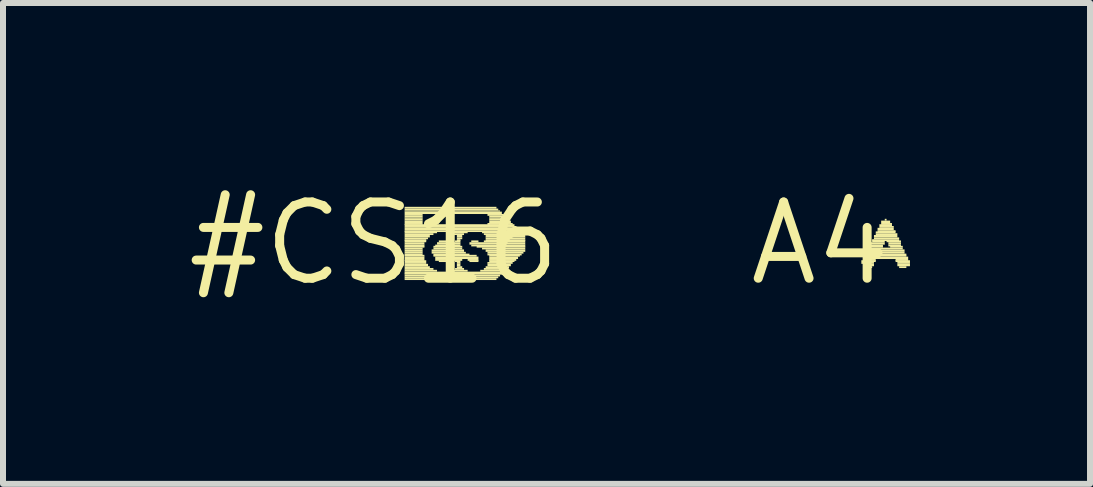
<source format=kicad_pcb>
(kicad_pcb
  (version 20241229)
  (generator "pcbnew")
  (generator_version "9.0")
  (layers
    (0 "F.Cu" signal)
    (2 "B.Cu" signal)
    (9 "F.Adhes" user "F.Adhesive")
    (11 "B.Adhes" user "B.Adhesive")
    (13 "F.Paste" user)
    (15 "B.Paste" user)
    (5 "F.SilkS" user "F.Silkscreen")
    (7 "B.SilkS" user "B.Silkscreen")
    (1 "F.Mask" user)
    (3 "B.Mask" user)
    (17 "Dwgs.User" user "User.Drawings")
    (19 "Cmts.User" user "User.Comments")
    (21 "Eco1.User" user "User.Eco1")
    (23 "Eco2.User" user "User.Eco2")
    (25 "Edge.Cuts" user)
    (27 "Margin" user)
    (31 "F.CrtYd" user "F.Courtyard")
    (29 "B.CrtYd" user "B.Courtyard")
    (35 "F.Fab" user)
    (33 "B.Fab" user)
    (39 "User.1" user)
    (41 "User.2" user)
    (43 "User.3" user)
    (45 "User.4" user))
  (footprint "A4"
    (layer "F.Cu")
    (at 10.612 1.006)
    (property "Reference" "A4" (at 0 0 0) (layer "F.SilkS") (effects (font (size 1.27 1.27) (thickness 0.15))))
    (fp_poly (pts (xy 0.69 0.31) (xy 0.93 0.31) (xy 0.93 0.28) (xy 0.69 0.28)) (stroke (width 0) (type default)) (fill yes) (layer "F.SilkS"))
    (fp_poly (pts (xy 0.69 0.34) (xy 0.9 0.34) (xy 0.9 0.31) (xy 0.69 0.31)) (stroke (width 0) (type default)) (fill yes) (layer "F.SilkS"))
    (fp_poly (pts (xy 0.72 0.26) (xy 1.47 0.26) (xy 1.47 0.22) (xy 0.72 0.22)) (stroke (width 0) (type default)) (fill yes) (layer "F.SilkS"))
    (fp_poly (pts (xy 0.72 0.29) (xy 0.93 0.29) (xy 0.93 0.26) (xy 0.72 0.26)) (stroke (width 0) (type default)) (fill yes) (layer "F.SilkS"))
    (fp_poly (pts (xy 0.72 0.38) (xy 0.9 0.38) (xy 0.9 0.34) (xy 0.72 0.34)) (stroke (width 0) (type default)) (fill yes) (layer "F.SilkS"))
    (fp_poly (pts (xy 0.75 0.2) (xy 1.44 0.2) (xy 1.44 0.17) (xy 0.75 0.17)) (stroke (width 0) (type default)) (fill yes) (layer "F.SilkS"))
    (fp_poly (pts (xy 0.75 0.22) (xy 1.44 0.22) (xy 1.44 0.19) (xy 0.75 0.19)) (stroke (width 0) (type default)) (fill yes) (layer "F.SilkS"))
    (fp_poly (pts (xy 0.75 0.41) (xy 0.87 0.41) (xy 0.87 0.38) (xy 0.75 0.38)) (stroke (width 0) (type default)) (fill yes) (layer "F.SilkS"))
    (fp_poly (pts (xy 0.78 0.14) (xy 1.41 0.14) (xy 1.41 0.1) (xy 0.78 0.1)) (stroke (width 0) (type default)) (fill yes) (layer "F.SilkS"))
    (fp_poly (pts (xy 0.78 0.17) (xy 1.41 0.17) (xy 1.41 0.14) (xy 0.78 0.14)) (stroke (width 0) (type default)) (fill yes) (layer "F.SilkS"))
    (fp_poly (pts (xy 0.81 0.07) (xy 1.05 0.07) (xy 1.05 0.04) (xy 0.81 0.04)) (stroke (width 0) (type default)) (fill yes) (layer "F.SilkS"))
    (fp_poly (pts (xy 0.81 0.1) (xy 1.38 0.1) (xy 1.38 0.07) (xy 0.81 0.07)) (stroke (width 0) (type default)) (fill yes) (layer "F.SilkS"))
    (fp_poly (pts (xy 0.84 0.02) (xy 1.08 0.02) (xy 1.08 -0.02) (xy 0.84 -0.02)) (stroke (width 0) (type default)) (fill yes) (layer "F.SilkS"))
    (fp_poly (pts (xy 0.84 0.05) (xy 1.05 0.05) (xy 1.05 0.02) (xy 0.84 0.02)) (stroke (width 0) (type default)) (fill yes) (layer "F.SilkS"))
    (fp_poly (pts (xy 0.87 -0.04) (xy 1.32 -0.04) (xy 1.32 -0.07) (xy 0.87 -0.07)) (stroke (width 0) (type default)) (fill yes) (layer "F.SilkS"))
    (fp_poly (pts (xy 0.87 -0.02) (xy 1.08 -0.02) (xy 1.08 -0.05) (xy 0.87 -0.05)) (stroke (width 0) (type default)) (fill yes) (layer "F.SilkS"))
    (fp_poly (pts (xy 0.9 -0.1) (xy 1.29 -0.1) (xy 1.29 -0.14) (xy 0.9 -0.14)) (stroke (width 0) (type default)) (fill yes) (layer "F.SilkS"))
    (fp_poly (pts (xy 0.9 -0.07) (xy 1.32 -0.07) (xy 1.32 -0.1) (xy 0.9 -0.1)) (stroke (width 0) (type default)) (fill yes) (layer "F.SilkS"))
    (fp_poly (pts (xy 0.93 -0.17) (xy 1.26 -0.17) (xy 1.26 -0.2) (xy 0.93 -0.2)) (stroke (width 0) (type default)) (fill yes) (layer "F.SilkS"))
    (fp_poly (pts (xy 0.93 -0.14) (xy 1.29 -0.14) (xy 1.29 -0.17) (xy 0.93 -0.17)) (stroke (width 0) (type default)) (fill yes) (layer "F.SilkS"))
    (fp_poly (pts (xy 0.96 -0.22) (xy 1.23 -0.22) (xy 1.23 -0.26) (xy 0.96 -0.26)) (stroke (width 0) (type default)) (fill yes) (layer "F.SilkS"))
    (fp_poly (pts (xy 0.96 -0.19) (xy 1.26 -0.19) (xy 1.26 -0.22) (xy 0.96 -0.22)) (stroke (width 0) (type default)) (fill yes) (layer "F.SilkS"))
    (fp_poly (pts (xy 0.99 -0.29) (xy 1.2 -0.29) (xy 1.2 -0.32) (xy 0.99 -0.32)) (stroke (width 0) (type default)) (fill yes) (layer "F.SilkS"))
    (fp_poly (pts (xy 0.99 -0.26) (xy 1.23 -0.26) (xy 1.23 -0.29) (xy 0.99 -0.29)) (stroke (width 0) (type default)) (fill yes) (layer "F.SilkS"))
    (fp_poly (pts (xy 1.02 -0.34) (xy 1.17 -0.34) (xy 1.17 -0.38) (xy 1.02 -0.38)) (stroke (width 0) (type default)) (fill yes) (layer "F.SilkS"))
    (fp_poly (pts (xy 1.02 -0.31) (xy 1.2 -0.31) (xy 1.2 -0.34) (xy 1.02 -0.34)) (stroke (width 0) (type default)) (fill yes) (layer "F.SilkS"))
    (fp_poly (pts (xy 1.08 -0.38) (xy 1.11 -0.38) (xy 1.11 -0.41) (xy 1.08 -0.41)) (stroke (width 0) (type default)) (fill yes) (layer "F.SilkS"))
    (fp_poly (pts (xy 1.11 -0.02) (xy 1.35 -0.02) (xy 1.35 -0.05) (xy 1.11 -0.05)) (stroke (width 0) (type default)) (fill yes) (layer "F.SilkS"))
    (fp_poly (pts (xy 1.14 0.02) (xy 1.35 0.02) (xy 1.35 -0.02) (xy 1.14 -0.02)) (stroke (width 0) (type default)) (fill yes) (layer "F.SilkS"))
    (fp_poly (pts (xy 1.14 0.05) (xy 1.35 0.05) (xy 1.35 0.02) (xy 1.14 0.02)) (stroke (width 0) (type default)) (fill yes) (layer "F.SilkS"))
    (fp_poly (pts (xy 1.17 0.07) (xy 1.38 0.07) (xy 1.38 0.04) (xy 1.17 0.04)) (stroke (width 0) (type default)) (fill yes) (layer "F.SilkS"))
    (fp_poly (pts (xy 1.26 0.29) (xy 1.47 0.29) (xy 1.47 0.26) (xy 1.26 0.26)) (stroke (width 0) (type default)) (fill yes) (layer "F.SilkS"))
    (fp_poly (pts (xy 1.26 0.31) (xy 1.5 0.31) (xy 1.5 0.28) (xy 1.26 0.28)) (stroke (width 0) (type default)) (fill yes) (layer "F.SilkS"))
    (fp_poly (pts (xy 1.29 0.34) (xy 1.5 0.34) (xy 1.5 0.31) (xy 1.29 0.31)) (stroke (width 0) (type default)) (fill yes) (layer "F.SilkS"))
    (fp_poly (pts (xy 1.29 0.38) (xy 1.5 0.38) (xy 1.5 0.34) (xy 1.29 0.34)) (stroke (width 0) (type default)) (fill yes) (layer "F.SilkS"))
    (fp_poly (pts (xy 1.32 0.41) (xy 1.44 0.41) (xy 1.44 0.38) (xy 1.32 0.38)) (stroke (width 0) (type default)) (fill yes) (layer "F.SilkS")))
  (footprint "#CS16"
    (layer "F.Cu")
    (at 3.182 1.006)
    (property "Reference" "#CS16" (at 0 0 0) (layer "F.SilkS") (effects (font (size 1.27 1.27) (thickness 0.15))))
    (fp_poly (pts (xy 0.51 -0.58) (xy 2.04 -0.58) (xy 2.04 -0.61) (xy 0.51 -0.61)) (stroke (width 0) (type default)) (fill yes) (layer "F.SilkS"))
    (fp_poly (pts (xy 0.51 -0.55) (xy 2.07 -0.55) (xy 2.07 -0.58) (xy 0.51 -0.58)) (stroke (width 0) (type default)) (fill yes) (layer "F.SilkS"))
    (fp_poly (pts (xy 0.51 -0.53) (xy 2.1 -0.53) (xy 2.1 -0.55) (xy 0.51 -0.55)) (stroke (width 0) (type default)) (fill yes) (layer "F.SilkS"))
    (fp_poly (pts (xy 0.51 -0.49) (xy 2.13 -0.49) (xy 2.13 -0.53) (xy 0.51 -0.53)) (stroke (width 0) (type default)) (fill yes) (layer "F.SilkS"))
    (fp_poly (pts (xy 0.51 -0.46) (xy 0.81 -0.46) (xy 0.81 -0.49) (xy 0.51 -0.49)) (stroke (width 0) (type default)) (fill yes) (layer "F.SilkS"))
    (fp_poly (pts (xy 0.51 -0.43) (xy 0.81 -0.43) (xy 0.81 -0.46) (xy 0.51 -0.46)) (stroke (width 0) (type default)) (fill yes) (layer "F.SilkS"))
    (fp_poly (pts (xy 0.51 -0.41) (xy 0.81 -0.41) (xy 0.81 -0.43) (xy 0.51 -0.43)) (stroke (width 0) (type default)) (fill yes) (layer "F.SilkS"))
    (fp_poly (pts (xy 0.51 -0.38) (xy 0.81 -0.38) (xy 0.81 -0.41) (xy 0.51 -0.41)) (stroke (width 0) (type default)) (fill yes) (layer "F.SilkS"))
    (fp_poly (pts (xy 0.51 -0.34) (xy 0.81 -0.34) (xy 0.81 -0.38) (xy 0.51 -0.38)) (stroke (width 0) (type default)) (fill yes) (layer "F.SilkS"))
    (fp_poly (pts (xy 0.51 -0.31) (xy 0.81 -0.31) (xy 0.81 -0.34) (xy 0.51 -0.34)) (stroke (width 0) (type default)) (fill yes) (layer "F.SilkS"))
    (fp_poly (pts (xy 0.51 -0.29) (xy 2.34 -0.29) (xy 2.34 -0.32) (xy 0.51 -0.32)) (stroke (width 0) (type default)) (fill yes) (layer "F.SilkS"))
    (fp_poly (pts (xy 0.51 -0.26) (xy 2.37 -0.26) (xy 2.37 -0.29) (xy 0.51 -0.29)) (stroke (width 0) (type default)) (fill yes) (layer "F.SilkS"))
    (fp_poly (pts (xy 0.51 -0.22) (xy 2.4 -0.22) (xy 2.4 -0.26) (xy 0.51 -0.26)) (stroke (width 0) (type default)) (fill yes) (layer "F.SilkS"))
    (fp_poly (pts (xy 0.51 -0.19) (xy 2.43 -0.19) (xy 2.43 -0.22) (xy 0.51 -0.22)) (stroke (width 0) (type default)) (fill yes) (layer "F.SilkS"))
    (fp_poly (pts (xy 0.51 -0.17) (xy 1.05 -0.17) (xy 1.05 -0.2) (xy 0.51 -0.2)) (stroke (width 0) (type default)) (fill yes) (layer "F.SilkS"))
    (fp_poly (pts (xy 0.51 -0.14) (xy 0.99 -0.14) (xy 0.99 -0.17) (xy 0.51 -0.17)) (stroke (width 0) (type default)) (fill yes) (layer "F.SilkS"))
    (fp_poly (pts (xy 0.51 -0.1) (xy 0.93 -0.1) (xy 0.93 -0.14) (xy 0.51 -0.14)) (stroke (width 0) (type default)) (fill yes) (layer "F.SilkS"))
    (fp_poly (pts (xy 0.51 -0.07) (xy 0.9 -0.07) (xy 0.9 -0.1) (xy 0.51 -0.1)) (stroke (width 0) (type default)) (fill yes) (layer "F.SilkS"))
    (fp_poly (pts (xy 0.51 -0.04) (xy 0.87 -0.04) (xy 0.87 -0.07) (xy 0.51 -0.07)) (stroke (width 0) (type default)) (fill yes) (layer "F.SilkS"))
    (fp_poly (pts (xy 0.51 -0.02) (xy 0.87 -0.02) (xy 0.87 -0.05) (xy 0.51 -0.05)) (stroke (width 0) (type default)) (fill yes) (layer "F.SilkS"))
    (fp_poly (pts (xy 0.51 0.02) (xy 0.84 0.02) (xy 0.84 -0.02) (xy 0.51 -0.02)) (stroke (width 0) (type default)) (fill yes) (layer "F.SilkS"))
    (fp_poly (pts (xy 0.51 0.05) (xy 0.84 0.05) (xy 0.84 0.02) (xy 0.51 0.02)) (stroke (width 0) (type default)) (fill yes) (layer "F.SilkS"))
    (fp_poly (pts (xy 0.51 0.07) (xy 0.84 0.07) (xy 0.84 0.04) (xy 0.51 0.04)) (stroke (width 0) (type default)) (fill yes) (layer "F.SilkS"))
    (fp_poly (pts (xy 0.51 0.1) (xy 0.81 0.1) (xy 0.81 0.07) (xy 0.51 0.07)) (stroke (width 0) (type default)) (fill yes) (layer "F.SilkS"))
    (fp_poly (pts (xy 0.51 0.14) (xy 0.81 0.14) (xy 0.81 0.1) (xy 0.51 0.1)) (stroke (width 0) (type default)) (fill yes) (layer "F.SilkS"))
    (fp_poly (pts (xy 0.51 0.17) (xy 0.81 0.17) (xy 0.81 0.14) (xy 0.51 0.14)) (stroke (width 0) (type default)) (fill yes) (layer "F.SilkS"))
    (fp_poly (pts (xy 0.51 0.2) (xy 0.81 0.2) (xy 0.81 0.17) (xy 0.51 0.17)) (stroke (width 0) (type default)) (fill yes) (layer "F.SilkS"))
    (fp_poly (pts (xy 0.51 0.22) (xy 0.84 0.22) (xy 0.84 0.19) (xy 0.51 0.19)) (stroke (width 0) (type default)) (fill yes) (layer "F.SilkS"))
    (fp_poly (pts (xy 0.51 0.26) (xy 0.84 0.26) (xy 0.84 0.22) (xy 0.51 0.22)) (stroke (width 0) (type default)) (fill yes) (layer "F.SilkS"))
    (fp_poly (pts (xy 0.51 0.29) (xy 0.84 0.29) (xy 0.84 0.26) (xy 0.51 0.26)) (stroke (width 0) (type default)) (fill yes) (layer "F.SilkS"))
    (fp_poly (pts (xy 0.51 0.31) (xy 0.87 0.31) (xy 0.87 0.28) (xy 0.51 0.28)) (stroke (width 0) (type default)) (fill yes) (layer "F.SilkS"))
    (fp_poly (pts (xy 0.51 0.34) (xy 0.87 0.34) (xy 0.87 0.31) (xy 0.51 0.31)) (stroke (width 0) (type default)) (fill yes) (layer "F.SilkS"))
    (fp_poly (pts (xy 0.51 0.38) (xy 0.9 0.38) (xy 0.9 0.34) (xy 0.51 0.34)) (stroke (width 0) (type default)) (fill yes) (layer "F.SilkS"))
    (fp_poly (pts (xy 0.51 0.41) (xy 0.93 0.41) (xy 0.93 0.38) (xy 0.51 0.38)) (stroke (width 0) (type default)) (fill yes) (layer "F.SilkS"))
    (fp_poly (pts (xy 0.51 0.44) (xy 0.99 0.44) (xy 0.99 0.41) (xy 0.51 0.41)) (stroke (width 0) (type default)) (fill yes) (layer "F.SilkS"))
    (fp_poly (pts (xy 0.51 0.47) (xy 1.05 0.47) (xy 1.05 0.44) (xy 0.51 0.44)) (stroke (width 0) (type default)) (fill yes) (layer "F.SilkS"))
    (fp_poly (pts (xy 0.51 0.5) (xy 2.16 0.5) (xy 2.16 0.47) (xy 0.51 0.47)) (stroke (width 0) (type default)) (fill yes) (layer "F.SilkS"))
    (fp_poly (pts (xy 0.51 0.52) (xy 2.13 0.52) (xy 2.13 0.49) (xy 0.51 0.49)) (stroke (width 0) (type default)) (fill yes) (layer "F.SilkS"))
    (fp_poly (pts (xy 0.51 0.55) (xy 2.1 0.55) (xy 2.1 0.52) (xy 0.51 0.52)) (stroke (width 0) (type default)) (fill yes) (layer "F.SilkS"))
    (fp_poly (pts (xy 0.51 0.58) (xy 2.07 0.58) (xy 2.07 0.55) (xy 0.51 0.55)) (stroke (width 0) (type default)) (fill yes) (layer "F.SilkS"))
    (fp_poly (pts (xy 0.51 0.61) (xy 2.04 0.61) (xy 2.04 0.58) (xy 0.51 0.58)) (stroke (width 0) (type default)) (fill yes) (layer "F.SilkS"))
    (fp_poly (pts (xy 0.96 0.14) (xy 1.5 0.14) (xy 1.5 0.1) (xy 0.96 0.1)) (stroke (width 0) (type default)) (fill yes) (layer "F.SilkS"))
    (fp_poly (pts (xy 0.96 0.17) (xy 1.53 0.17) (xy 1.53 0.14) (xy 0.96 0.14)) (stroke (width 0) (type default)) (fill yes) (layer "F.SilkS"))
    (fp_poly (pts (xy 0.99 0.07) (xy 1.47 0.07) (xy 1.47 0.04) (xy 0.99 0.04)) (stroke (width 0) (type default)) (fill yes) (layer "F.SilkS"))
    (fp_poly (pts (xy 0.99 0.1) (xy 1.47 0.1) (xy 1.47 0.07) (xy 0.99 0.07)) (stroke (width 0) (type default)) (fill yes) (layer "F.SilkS"))
    (fp_poly (pts (xy 0.99 0.2) (xy 1.59 0.2) (xy 1.59 0.17) (xy 0.99 0.17)) (stroke (width 0) (type default)) (fill yes) (layer "F.SilkS"))
    (fp_poly (pts (xy 0.99 0.22) (xy 1.71 0.22) (xy 1.71 0.19) (xy 0.99 0.19)) (stroke (width 0) (type default)) (fill yes) (layer "F.SilkS"))
    (fp_poly (pts (xy 1.02 0.05) (xy 1.44 0.05) (xy 1.44 0.02) (xy 1.02 0.02)) (stroke (width 0) (type default)) (fill yes) (layer "F.SilkS"))
    (fp_poly (pts (xy 1.02 0.26) (xy 1.74 0.26) (xy 1.74 0.22) (xy 1.02 0.22)) (stroke (width 0) (type default)) (fill yes) (layer "F.SilkS"))
    (fp_poly (pts (xy 1.02 0.29) (xy 1.29 0.29) (xy 1.29 0.26) (xy 1.02 0.26)) (stroke (width 0) (type default)) (fill yes) (layer "F.SilkS"))
    (fp_poly (pts (xy 1.05 0.02) (xy 1.29 0.02) (xy 1.29 -0.02) (xy 1.05 -0.02)) (stroke (width 0) (type default)) (fill yes) (layer "F.SilkS"))
    (fp_poly (pts (xy 1.08 -0.02) (xy 1.23 -0.02) (xy 1.23 -0.05) (xy 1.08 -0.05)) (stroke (width 0) (type default)) (fill yes) (layer "F.SilkS"))
    (fp_poly (pts (xy 1.08 0.31) (xy 1.23 0.31) (xy 1.23 0.28) (xy 1.08 0.28)) (stroke (width 0) (type default)) (fill yes) (layer "F.SilkS"))
    (fp_poly (pts (xy 1.26 -0.17) (xy 1.56 -0.17) (xy 1.56 -0.2) (xy 1.26 -0.2)) (stroke (width 0) (type default)) (fill yes) (layer "F.SilkS"))
    (fp_poly (pts (xy 1.26 0.47) (xy 1.56 0.47) (xy 1.56 0.44) (xy 1.26 0.44)) (stroke (width 0) (type default)) (fill yes) (layer "F.SilkS"))
    (fp_poly (pts (xy 1.32 -0.14) (xy 1.5 -0.14) (xy 1.5 -0.17) (xy 1.32 -0.17)) (stroke (width 0) (type default)) (fill yes) (layer "F.SilkS"))
    (fp_poly (pts (xy 1.32 0.02) (xy 1.44 0.02) (xy 1.44 -0.02) (xy 1.32 -0.02)) (stroke (width 0) (type default)) (fill yes) (layer "F.SilkS"))
    (fp_poly (pts (xy 1.32 0.29) (xy 1.47 0.29) (xy 1.47 0.26) (xy 1.32 0.26)) (stroke (width 0) (type default)) (fill yes) (layer "F.SilkS"))
    (fp_poly (pts (xy 1.35 -0.02) (xy 1.44 -0.02) (xy 1.44 -0.05) (xy 1.35 -0.05)) (stroke (width 0) (type default)) (fill yes) (layer "F.SilkS"))
    (fp_poly (pts (xy 1.35 0.31) (xy 1.44 0.31) (xy 1.44 0.28) (xy 1.35 0.28)) (stroke (width 0) (type default)) (fill yes) (layer "F.SilkS"))
    (fp_poly (pts (xy 1.35 0.44) (xy 1.5 0.44) (xy 1.5 0.41) (xy 1.35 0.41)) (stroke (width 0) (type default)) (fill yes) (layer "F.SilkS"))
    (fp_poly (pts (xy 1.38 -0.1) (xy 1.47 -0.1) (xy 1.47 -0.14) (xy 1.38 -0.14)) (stroke (width 0) (type default)) (fill yes) (layer "F.SilkS"))
    (fp_poly (pts (xy 1.38 -0.07) (xy 1.47 -0.07) (xy 1.47 -0.1) (xy 1.38 -0.1)) (stroke (width 0) (type default)) (fill yes) (layer "F.SilkS"))
    (fp_poly (pts (xy 1.38 -0.04) (xy 1.44 -0.04) (xy 1.44 -0.07) (xy 1.38 -0.07)) (stroke (width 0) (type default)) (fill yes) (layer "F.SilkS"))
    (fp_poly (pts (xy 1.38 0.34) (xy 1.44 0.34) (xy 1.44 0.31) (xy 1.38 0.31)) (stroke (width 0) (type default)) (fill yes) (layer "F.SilkS"))
    (fp_poly (pts (xy 1.38 0.38) (xy 1.44 0.38) (xy 1.44 0.34) (xy 1.38 0.34)) (stroke (width 0) (type default)) (fill yes) (layer "F.SilkS"))
    (fp_poly (pts (xy 1.38 0.41) (xy 1.47 0.41) (xy 1.47 0.38) (xy 1.38 0.38)) (stroke (width 0) (type default)) (fill yes) (layer "F.SilkS"))
    (fp_poly (pts (xy 1.56 0.29) (xy 1.74 0.29) (xy 1.74 0.26) (xy 1.56 0.26)) (stroke (width 0) (type default)) (fill yes) (layer "F.SilkS"))
    (fp_poly (pts (xy 1.59 0.02) (xy 2.52 0.02) (xy 2.52 -0.02) (xy 1.59 -0.02)) (stroke (width 0) (type default)) (fill yes) (layer "F.SilkS"))
    (fp_poly (pts (xy 1.59 0.31) (xy 1.74 0.31) (xy 1.74 0.28) (xy 1.59 0.28)) (stroke (width 0) (type default)) (fill yes) (layer "F.SilkS"))
    (fp_poly (pts (xy 1.62 -0.02) (xy 1.74 -0.02) (xy 1.74 -0.05) (xy 1.62 -0.05)) (stroke (width 0) (type default)) (fill yes) (layer "F.SilkS"))
    (fp_poly (pts (xy 1.62 0.05) (xy 2.52 0.05) (xy 2.52 0.02) (xy 1.62 0.02)) (stroke (width 0) (type default)) (fill yes) (layer "F.SilkS"))
    (fp_poly (pts (xy 1.71 0.07) (xy 2.52 0.07) (xy 2.52 0.04) (xy 1.71 0.04)) (stroke (width 0) (type default)) (fill yes) (layer "F.SilkS"))
    (fp_poly (pts (xy 1.77 0.47) (xy 2.19 0.47) (xy 2.19 0.44) (xy 1.77 0.44)) (stroke (width 0) (type default)) (fill yes) (layer "F.SilkS"))
    (fp_poly (pts (xy 1.8 -0.17) (xy 2.46 -0.17) (xy 2.46 -0.2) (xy 1.8 -0.2)) (stroke (width 0) (type default)) (fill yes) (layer "F.SilkS"))
    (fp_poly (pts (xy 1.8 0.1) (xy 2.52 0.1) (xy 2.52 0.07) (xy 1.8 0.07)) (stroke (width 0) (type default)) (fill yes) (layer "F.SilkS"))
    (fp_poly (pts (xy 1.83 -0.14) (xy 2.49 -0.14) (xy 2.49 -0.17) (xy 1.83 -0.17)) (stroke (width 0) (type default)) (fill yes) (layer "F.SilkS"))
    (fp_poly (pts (xy 1.83 -0.02) (xy 2.52 -0.02) (xy 2.52 -0.05) (xy 1.83 -0.05)) (stroke (width 0) (type default)) (fill yes) (layer "F.SilkS"))
    (fp_poly (pts (xy 1.83 0.44) (xy 2.22 0.44) (xy 2.22 0.41) (xy 1.83 0.41)) (stroke (width 0) (type default)) (fill yes) (layer "F.SilkS"))
    (fp_poly (pts (xy 1.86 -0.1) (xy 2.52 -0.1) (xy 2.52 -0.14) (xy 1.86 -0.14)) (stroke (width 0) (type default)) (fill yes) (layer "F.SilkS"))
    (fp_poly (pts (xy 1.86 -0.07) (xy 2.52 -0.07) (xy 2.52 -0.1) (xy 1.86 -0.1)) (stroke (width 0) (type default)) (fill yes) (layer "F.SilkS"))
    (fp_poly (pts (xy 1.86 -0.04) (xy 2.52 -0.04) (xy 2.52 -0.07) (xy 1.86 -0.07)) (stroke (width 0) (type default)) (fill yes) (layer "F.SilkS"))
    (fp_poly (pts (xy 1.86 0.14) (xy 2.52 0.14) (xy 2.52 0.1) (xy 1.86 0.1)) (stroke (width 0) (type default)) (fill yes) (layer "F.SilkS"))
    (fp_poly (pts (xy 1.86 0.41) (xy 2.25 0.41) (xy 2.25 0.38) (xy 1.86 0.38)) (stroke (width 0) (type default)) (fill yes) (layer "F.SilkS"))
    (fp_poly (pts (xy 1.89 -0.46) (xy 2.16 -0.46) (xy 2.16 -0.49) (xy 1.89 -0.49)) (stroke (width 0) (type default)) (fill yes) (layer "F.SilkS"))
    (fp_poly (pts (xy 1.89 -0.31) (xy 2.31 -0.31) (xy 2.31 -0.34) (xy 1.89 -0.34)) (stroke (width 0) (type default)) (fill yes) (layer "F.SilkS"))
    (fp_poly (pts (xy 1.89 0.17) (xy 2.49 0.17) (xy 2.49 0.14) (xy 1.89 0.14)) (stroke (width 0) (type default)) (fill yes) (layer "F.SilkS"))
    (fp_poly (pts (xy 1.89 0.2) (xy 2.46 0.2) (xy 2.46 0.17) (xy 1.89 0.17)) (stroke (width 0) (type default)) (fill yes) (layer "F.SilkS"))
    (fp_poly (pts (xy 1.89 0.34) (xy 2.31 0.34) (xy 2.31 0.31) (xy 1.89 0.31)) (stroke (width 0) (type default)) (fill yes) (layer "F.SilkS"))
    (fp_poly (pts (xy 1.89 0.38) (xy 2.28 0.38) (xy 2.28 0.34) (xy 1.89 0.34)) (stroke (width 0) (type default)) (fill yes) (layer "F.SilkS"))
    (fp_poly (pts (xy 1.92 -0.43) (xy 2.19 -0.43) (xy 2.19 -0.46) (xy 1.92 -0.46)) (stroke (width 0) (type default)) (fill yes) (layer "F.SilkS"))
    (fp_poly (pts (xy 1.92 -0.41) (xy 2.22 -0.41) (xy 2.22 -0.43) (xy 1.92 -0.43)) (stroke (width 0) (type default)) (fill yes) (layer "F.SilkS"))
    (fp_poly (pts (xy 1.92 -0.38) (xy 2.25 -0.38) (xy 2.25 -0.41) (xy 1.92 -0.41)) (stroke (width 0) (type default)) (fill yes) (layer "F.SilkS"))
    (fp_poly (pts (xy 1.92 -0.34) (xy 2.28 -0.34) (xy 2.28 -0.38) (xy 1.92 -0.38)) (stroke (width 0) (type default)) (fill yes) (layer "F.SilkS"))
    (fp_poly (pts (xy 1.92 0.22) (xy 2.43 0.22) (xy 2.43 0.19) (xy 1.92 0.19)) (stroke (width 0) (type default)) (fill yes) (layer "F.SilkS"))
    (fp_poly (pts (xy 1.92 0.26) (xy 2.4 0.26) (xy 2.4 0.22) (xy 1.92 0.22)) (stroke (width 0) (type default)) (fill yes) (layer "F.SilkS"))
    (fp_poly (pts (xy 1.92 0.29) (xy 2.37 0.29) (xy 2.37 0.26) (xy 1.92 0.26)) (stroke (width 0) (type default)) (fill yes) (layer "F.SilkS"))
    (fp_poly (pts (xy 1.92 0.31) (xy 2.34 0.31) (xy 2.34 0.28) (xy 1.92 0.28)) (stroke (width 0) (type default)) (fill yes) (layer "F.SilkS")))
  (gr_rect
    (start -3 -3)
    (end 15.112 5.012)
    (stroke (width 0.1) (type default))
    (fill no)
    (layer "Edge.Cuts")))
</source>
